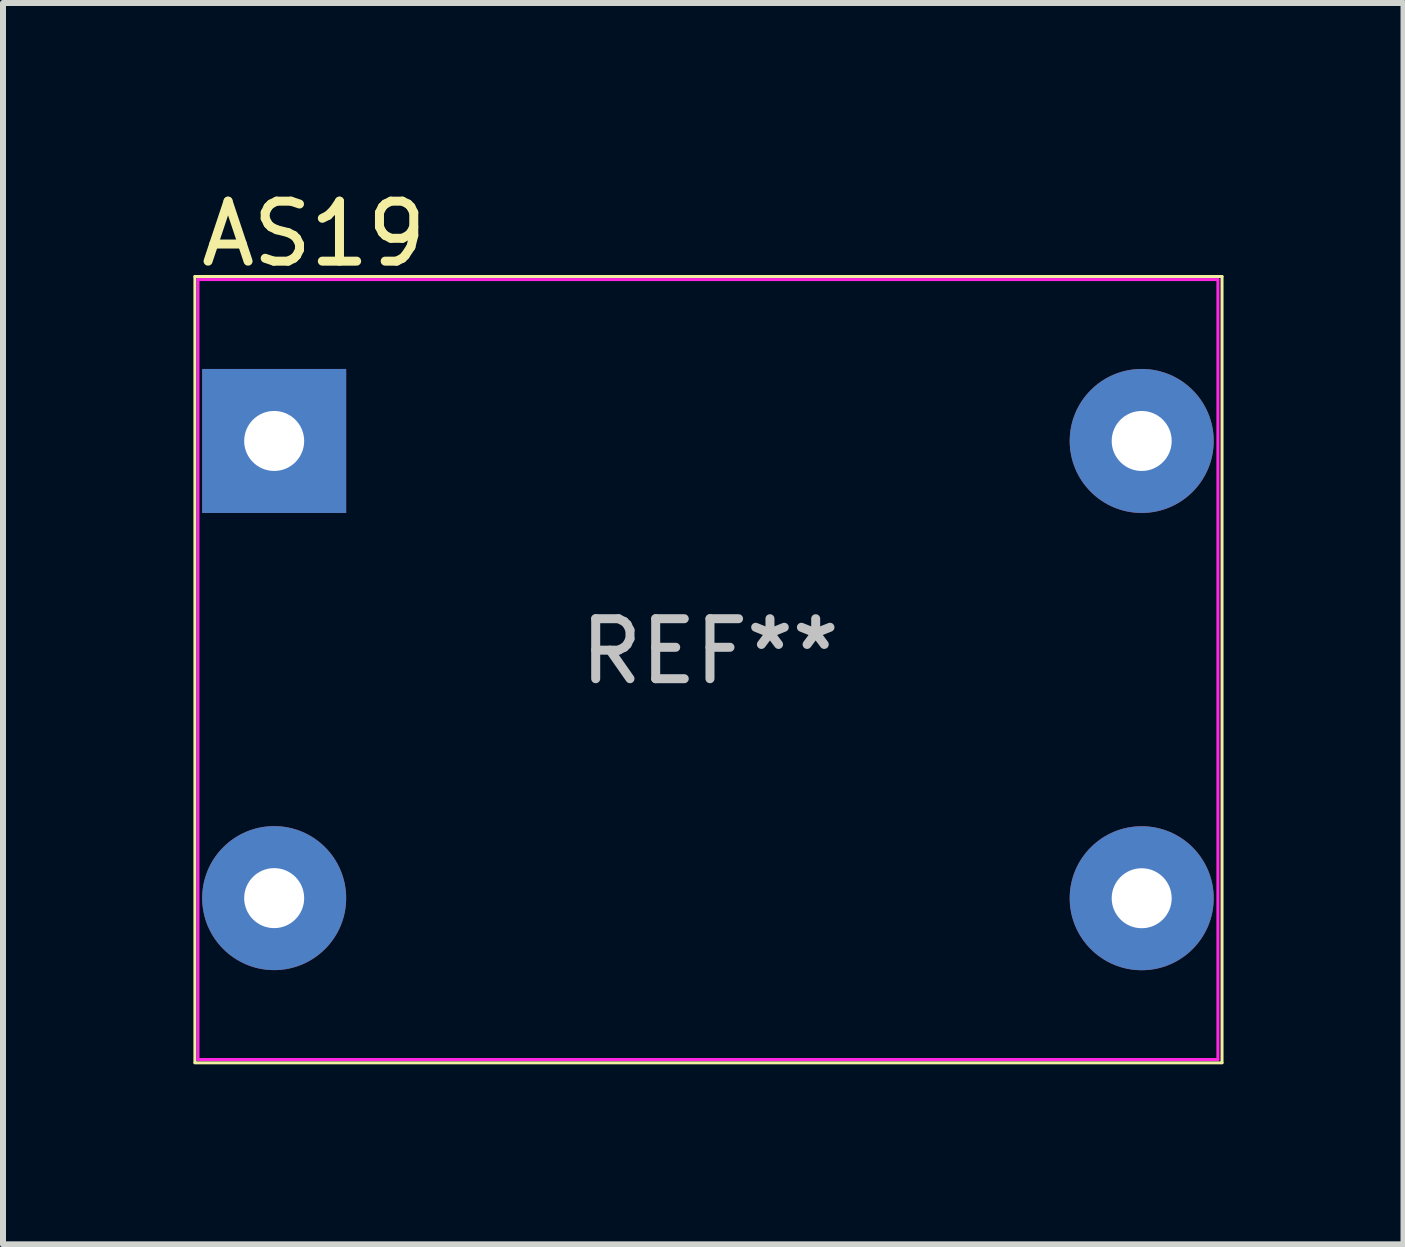
<source format=kicad_pcb>
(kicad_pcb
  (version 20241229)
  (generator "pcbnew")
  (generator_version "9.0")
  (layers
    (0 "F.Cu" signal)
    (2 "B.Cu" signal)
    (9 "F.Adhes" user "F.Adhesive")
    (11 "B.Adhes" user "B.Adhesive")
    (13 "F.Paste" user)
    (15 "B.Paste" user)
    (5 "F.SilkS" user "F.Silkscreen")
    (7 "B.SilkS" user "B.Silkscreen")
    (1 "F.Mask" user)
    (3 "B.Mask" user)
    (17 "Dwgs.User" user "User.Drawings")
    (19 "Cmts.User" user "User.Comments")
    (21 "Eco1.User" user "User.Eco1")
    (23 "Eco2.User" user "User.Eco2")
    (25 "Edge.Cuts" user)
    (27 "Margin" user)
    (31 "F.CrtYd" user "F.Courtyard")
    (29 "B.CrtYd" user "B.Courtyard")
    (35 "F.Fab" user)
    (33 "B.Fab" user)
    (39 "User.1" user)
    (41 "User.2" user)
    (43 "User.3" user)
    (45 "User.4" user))
  (footprint "AS19"
    (layer "F.Cu")
    (at 0.25 1.61)
    (property "Reference" "AS19" (at 1.93 -0.762 0) (layer "F.SilkS") (effects (font (size 1 1) (thickness 0.15))))
    (attr through_hole)
    (fp_line (start -0.051 -0.051) (end -0.051 13.051) (stroke (width 0.05) (type solid)) (layer "F.SilkS"))
    (fp_line (start -0.051 -0.051) (end 17.069 -0.051) (stroke (width 0.05) (type solid)) (layer "F.SilkS"))
    (fp_line (start -0.051 13.056) (end 17.069 13.056) (stroke (width 0.05) (type solid)) (layer "F.SilkS"))
    (fp_line (start 17.069 -0.051) (end 17.069 13.051) (stroke (width 0.05) (type solid)) (layer "F.SilkS"))
    (fp_line (start 0 0) (end 0 13) (stroke (width 0.05) (type solid)) (layer "F.CrtYd"))
    (fp_line (start 0 0) (end 17 0) (stroke (width 0.05) (type solid)) (layer "F.CrtYd"))
    (fp_line (start 0 13) (end 17 13) (stroke (width 0.05) (type solid)) (layer "F.CrtYd"))
    (fp_line (start 17 0) (end 17 13) (stroke (width 0.05) (type solid)) (layer "F.CrtYd"))
    (fp_text user "REF**" (at 8.534 6.198 0) (layer "Dwgs.User") (effects (font (size 1 1) (thickness 0.15))))
    (pad "1" thru_hole rect (at 1.27 2.69) (size 2.4 2.4) (drill 1) (layers "*.Cu" "*.Mask"))
    (pad "2" thru_hole oval (at 1.27 10.31) (size 2.4 2.4) (drill 1) (layers "*.Cu" "*.Mask"))
    (pad "3" thru_hole oval (at 15.73 10.312) (size 2.4 2.4) (drill 1) (layers "*.Cu" "*.Mask"))
    (pad "4" thru_hole oval (at 15.73 2.69) (size 2.4 2.4) (drill 1) (layers "*.Cu" "*.Mask")))
  (gr_rect
    (start -3 -3)
    (end 20.344 17.691)
    (stroke (width 0.1) (type default))
    (fill no)
    (layer "Edge.Cuts")))
</source>
